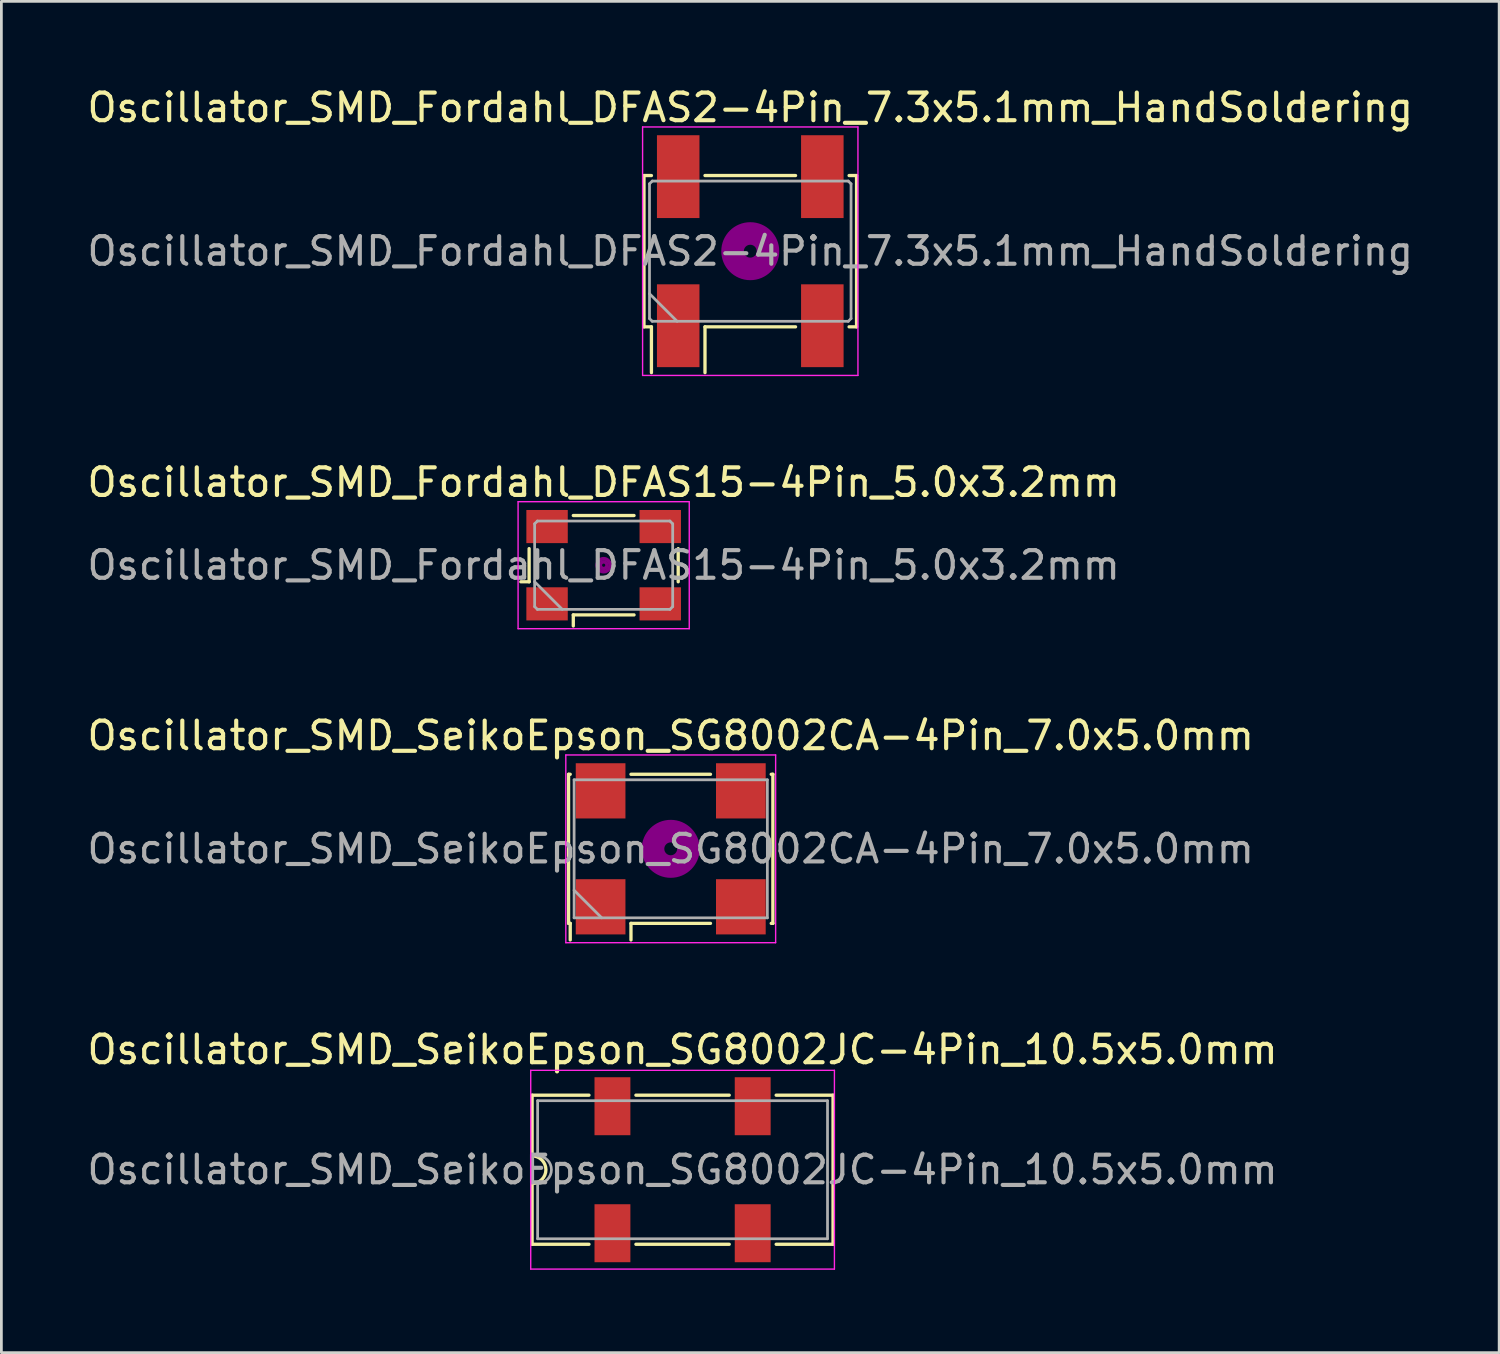
<source format=kicad_pcb>
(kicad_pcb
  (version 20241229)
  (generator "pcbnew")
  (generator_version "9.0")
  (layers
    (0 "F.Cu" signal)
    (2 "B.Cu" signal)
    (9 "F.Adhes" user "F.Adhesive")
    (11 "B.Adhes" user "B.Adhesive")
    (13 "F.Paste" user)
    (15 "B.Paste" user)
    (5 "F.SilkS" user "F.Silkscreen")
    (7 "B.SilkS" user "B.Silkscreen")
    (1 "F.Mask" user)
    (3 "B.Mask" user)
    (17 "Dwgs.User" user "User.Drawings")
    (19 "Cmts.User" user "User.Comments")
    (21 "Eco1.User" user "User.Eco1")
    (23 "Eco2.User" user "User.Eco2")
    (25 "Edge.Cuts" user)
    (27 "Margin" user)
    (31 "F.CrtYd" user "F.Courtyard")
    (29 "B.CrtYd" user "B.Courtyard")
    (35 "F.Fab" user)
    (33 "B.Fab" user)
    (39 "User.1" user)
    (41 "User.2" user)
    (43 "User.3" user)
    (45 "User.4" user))
  (footprint "Oscillator_SMD_Fordahl_DFAS2-4Pin_7.3x5.1mm_HandSoldering"
    (layer "F.Cu")
    (at 24.125 6.048)
    (property "Reference" "Oscillator_SMD_Fordahl_DFAS2-4Pin_7.3x5.1mm_HandSoldering" (at 0 -5.2 0) (layer "F.SilkS") (effects (font (size 1 1) (thickness 0.15))))
    (attr smd)
    (fp_line (start -3.85 -2.74) (end -3.58 -2.74) (stroke (width 0.12) (type solid)) (layer "F.SilkS"))
    (fp_line (start -3.85 2.74) (end -3.85 -2.74) (stroke (width 0.12) (type solid)) (layer "F.SilkS"))
    (fp_line (start -3.58 2.74) (end -3.85 2.74) (stroke (width 0.12) (type solid)) (layer "F.SilkS"))
    (fp_line (start -3.58 4.4) (end -3.58 2.74) (stroke (width 0.12) (type solid)) (layer "F.SilkS"))
    (fp_line (start -1.64 -2.74) (end 1.64 -2.74) (stroke (width 0.12) (type solid)) (layer "F.SilkS"))
    (fp_line (start -1.64 2.74) (end -1.64 4.4) (stroke (width 0.12) (type solid)) (layer "F.SilkS"))
    (fp_line (start 1.64 2.74) (end -1.64 2.74) (stroke (width 0.12) (type solid)) (layer "F.SilkS"))
    (fp_line (start 3.58 -2.74) (end 3.85 -2.74) (stroke (width 0.12) (type solid)) (layer "F.SilkS"))
    (fp_line (start 3.85 -2.74) (end 3.85 2.74) (stroke (width 0.12) (type solid)) (layer "F.SilkS"))
    (fp_line (start 3.85 2.74) (end 3.58 2.74) (stroke (width 0.12) (type solid)) (layer "F.SilkS"))
    (fp_circle (center 0 0) (end 0.233 0) (stroke (width 0.467) (type solid)) (fill no) (layer "F.Adhes"))
    (fp_circle (center 0 0) (end 0.533 0) (stroke (width 0.333) (type solid)) (fill no) (layer "F.Adhes"))
    (fp_circle (center 0 0) (end 0.833 0) (stroke (width 0.333) (type solid)) (fill no) (layer "F.Adhes"))
    (fp_circle (center 0 0) (end 1 0) (stroke (width 0.1) (type solid)) (fill no) (layer "F.Adhes"))
    (fp_line (start -3.9 -4.5) (end -3.9 4.5) (stroke (width 0.05) (type solid)) (layer "F.CrtYd"))
    (fp_line (start -3.9 4.5) (end 3.9 4.5) (stroke (width 0.05) (type solid)) (layer "F.CrtYd"))
    (fp_line (start 3.9 -4.5) (end -3.9 -4.5) (stroke (width 0.05) (type solid)) (layer "F.CrtYd"))
    (fp_line (start 3.9 4.5) (end 3.9 -4.5) (stroke (width 0.05) (type solid)) (layer "F.CrtYd"))
    (fp_line (start -3.65 -2.44) (end -3.55 -2.54) (stroke (width 0.1) (type solid)) (layer "F.Fab"))
    (fp_line (start -3.65 1.54) (end -2.65 2.54) (stroke (width 0.1) (type solid)) (layer "F.Fab"))
    (fp_line (start -3.65 2.44) (end -3.65 -2.44) (stroke (width 0.1) (type solid)) (layer "F.Fab"))
    (fp_line (start -3.55 -2.54) (end 3.55 -2.54) (stroke (width 0.1) (type solid)) (layer "F.Fab"))
    (fp_line (start -3.55 2.54) (end -3.65 2.44) (stroke (width 0.1) (type solid)) (layer "F.Fab"))
    (fp_line (start 3.55 -2.54) (end 3.65 -2.44) (stroke (width 0.1) (type solid)) (layer "F.Fab"))
    (fp_line (start 3.55 2.54) (end -3.55 2.54) (stroke (width 0.1) (type solid)) (layer "F.Fab"))
    (fp_line (start 3.65 -2.44) (end 3.65 2.44) (stroke (width 0.1) (type solid)) (layer "F.Fab"))
    (fp_line (start 3.65 2.44) (end 3.55 2.54) (stroke (width 0.1) (type solid)) (layer "F.Fab"))
    (fp_text user "${REFERENCE}" (at 0 0 0) (layer "F.Fab") (effects (font (size 1 1) (thickness 0.15))))
    (pad "1" smd rect (at -2.61 2.7) (size 1.54 3) (layers "F.Cu" "F.Mask" "F.Paste"))
    (pad "2" smd rect (at 2.61 2.7) (size 1.54 3) (layers "F.Cu" "F.Mask" "F.Paste"))
    (pad "3" smd rect (at 2.61 -2.7) (size 1.54 3) (layers "F.Cu" "F.Mask" "F.Paste"))
    (pad "4" smd rect (at -2.61 -2.7) (size 1.54 3) (layers "F.Cu" "F.Mask" "F.Paste")))
  (footprint "Oscillator_SMD_SeikoEpson_SG8002CA-4Pin_7.0x5.0mm"
    (layer "F.Cu")
    (at 21.244 27.695)
    (property "Reference" "Oscillator_SMD_SeikoEpson_SG8002CA-4Pin_7.0x5.0mm" (at 0 -4.1 0) (layer "F.SilkS") (effects (font (size 1 1) (thickness 0.15))))
    (attr smd)
    (fp_line (start -3.7 -2.7) (end -3.64 -2.7) (stroke (width 0.12) (type solid)) (layer "F.SilkS"))
    (fp_line (start -3.7 2.7) (end -3.7 -2.7) (stroke (width 0.12) (type solid)) (layer "F.SilkS"))
    (fp_line (start -3.64 2.7) (end -3.7 2.7) (stroke (width 0.12) (type solid)) (layer "F.SilkS"))
    (fp_line (start -3.64 3.3) (end -3.64 2.7) (stroke (width 0.12) (type solid)) (layer "F.SilkS"))
    (fp_line (start -1.44 -2.7) (end 1.44 -2.7) (stroke (width 0.12) (type solid)) (layer "F.SilkS"))
    (fp_line (start -1.44 2.7) (end -1.44 3.3) (stroke (width 0.12) (type solid)) (layer "F.SilkS"))
    (fp_line (start 1.44 2.7) (end -1.44 2.7) (stroke (width 0.12) (type solid)) (layer "F.SilkS"))
    (fp_line (start 3.64 -2.7) (end 3.7 -2.7) (stroke (width 0.12) (type solid)) (layer "F.SilkS"))
    (fp_line (start 3.7 -2.7) (end 3.7 2.7) (stroke (width 0.12) (type solid)) (layer "F.SilkS"))
    (fp_line (start 3.7 2.7) (end 3.64 2.7) (stroke (width 0.12) (type solid)) (layer "F.SilkS"))
    (fp_circle (center 0 0) (end 0.233 0) (stroke (width 0.467) (type solid)) (fill no) (layer "F.Adhes"))
    (fp_circle (center 0 0) (end 0.533 0) (stroke (width 0.333) (type solid)) (fill no) (layer "F.Adhes"))
    (fp_circle (center 0 0) (end 0.833 0) (stroke (width 0.333) (type solid)) (fill no) (layer "F.Adhes"))
    (fp_circle (center 0 0) (end 1 0) (stroke (width 0.1) (type solid)) (fill no) (layer "F.Adhes"))
    (fp_line (start -3.8 -3.4) (end -3.8 3.4) (stroke (width 0.05) (type solid)) (layer "F.CrtYd"))
    (fp_line (start -3.8 3.4) (end 3.8 3.4) (stroke (width 0.05) (type solid)) (layer "F.CrtYd"))
    (fp_line (start 3.8 -3.4) (end -3.8 -3.4) (stroke (width 0.05) (type solid)) (layer "F.CrtYd"))
    (fp_line (start 3.8 3.4) (end 3.8 -3.4) (stroke (width 0.05) (type solid)) (layer "F.CrtYd"))
    (fp_line (start -3.5 -2.5) (end -3.5 2.5) (stroke (width 0.1) (type solid)) (layer "F.Fab"))
    (fp_line (start -3.5 1.5) (end -2.5 2.5) (stroke (width 0.1) (type solid)) (layer "F.Fab"))
    (fp_line (start -3.5 2.5) (end 3.5 2.5) (stroke (width 0.1) (type solid)) (layer "F.Fab"))
    (fp_line (start 3.5 -2.5) (end -3.5 -2.5) (stroke (width 0.1) (type solid)) (layer "F.Fab"))
    (fp_line (start 3.5 2.5) (end 3.5 -2.5) (stroke (width 0.1) (type solid)) (layer "F.Fab"))
    (fp_text user "${REFERENCE}" (at 0 0 0) (layer "F.Fab") (effects (font (size 1 1) (thickness 0.15))))
    (pad "1" smd rect (at -2.54 2.1) (size 1.8 2) (layers "F.Cu" "F.Mask" "F.Paste"))
    (pad "2" smd rect (at 2.54 2.1) (size 1.8 2) (layers "F.Cu" "F.Mask" "F.Paste"))
    (pad "3" smd rect (at 2.54 -2.1) (size 1.8 2) (layers "F.Cu" "F.Mask" "F.Paste"))
    (pad "4" smd rect (at -2.54 -2.1) (size 1.8 2) (layers "F.Cu" "F.Mask" "F.Paste")))
  (footprint "Oscillator_SMD_Fordahl_DFAS15-4Pin_5.0x3.2mm"
    (layer "F.Cu")
    (at 18.815 17.422)
    (property "Reference" "Oscillator_SMD_Fordahl_DFAS15-4Pin_5.0x3.2mm" (at 0 -3 0) (layer "F.SilkS") (effects (font (size 1 1) (thickness 0.15))))
    (attr smd)
    (fp_line (start -3 0.6) (end -2.7 0.6) (stroke (width 0.12) (type solid)) (layer "F.SilkS"))
    (fp_line (start -2.7 0.6) (end -2.7 -0.6) (stroke (width 0.12) (type solid)) (layer "F.SilkS"))
    (fp_line (start -1.1 -1.8) (end 1.1 -1.8) (stroke (width 0.12) (type solid)) (layer "F.SilkS"))
    (fp_line (start -1.1 1.8) (end -1.1 2.2) (stroke (width 0.12) (type solid)) (layer "F.SilkS"))
    (fp_line (start 1.1 1.8) (end -1.1 1.8) (stroke (width 0.12) (type solid)) (layer "F.SilkS"))
    (fp_line (start 2.7 -0.6) (end 2.7 0.6) (stroke (width 0.12) (type solid)) (layer "F.SilkS"))
    (fp_circle (center 0 0) (end 0.058 0) (stroke (width 0.117) (type solid)) (fill no) (layer "F.Adhes"))
    (fp_circle (center 0 0) (end 0.133 0) (stroke (width 0.083) (type solid)) (fill no) (layer "F.Adhes"))
    (fp_circle (center 0 0) (end 0.208 0) (stroke (width 0.083) (type solid)) (fill no) (layer "F.Adhes"))
    (fp_circle (center 0 0) (end 0.25 0) (stroke (width 0.1) (type solid)) (fill no) (layer "F.Adhes"))
    (fp_line (start -3.1 -2.3) (end -3.1 2.3) (stroke (width 0.05) (type solid)) (layer "F.CrtYd"))
    (fp_line (start -3.1 2.3) (end 3.1 2.3) (stroke (width 0.05) (type solid)) (layer "F.CrtYd"))
    (fp_line (start 3.1 -2.3) (end -3.1 -2.3) (stroke (width 0.05) (type solid)) (layer "F.CrtYd"))
    (fp_line (start 3.1 2.3) (end 3.1 -2.3) (stroke (width 0.05) (type solid)) (layer "F.CrtYd"))
    (fp_line (start -2.5 -1.5) (end -2.4 -1.6) (stroke (width 0.1) (type solid)) (layer "F.Fab"))
    (fp_line (start -2.5 0.6) (end -1.5 1.6) (stroke (width 0.1) (type solid)) (layer "F.Fab"))
    (fp_line (start -2.5 1.5) (end -2.5 -1.5) (stroke (width 0.1) (type solid)) (layer "F.Fab"))
    (fp_line (start -2.4 -1.6) (end 2.4 -1.6) (stroke (width 0.1) (type solid)) (layer "F.Fab"))
    (fp_line (start -2.4 1.6) (end -2.5 1.5) (stroke (width 0.1) (type solid)) (layer "F.Fab"))
    (fp_line (start 2.4 -1.6) (end 2.5 -1.5) (stroke (width 0.1) (type solid)) (layer "F.Fab"))
    (fp_line (start 2.4 1.6) (end -2.4 1.6) (stroke (width 0.1) (type solid)) (layer "F.Fab"))
    (fp_line (start 2.5 -1.5) (end 2.5 1.5) (stroke (width 0.1) (type solid)) (layer "F.Fab"))
    (fp_line (start 2.5 1.5) (end 2.4 1.6) (stroke (width 0.1) (type solid)) (layer "F.Fab"))
    (fp_text user "${REFERENCE}" (at 0 0 0) (layer "F.Fab") (effects (font (size 1 1) (thickness 0.15))))
    (pad "1" smd rect (at -2.05 1.4) (size 1.5 1.2) (layers "F.Cu" "F.Mask" "F.Paste"))
    (pad "2" smd rect (at 2.05 1.4) (size 1.5 1.2) (layers "F.Cu" "F.Mask" "F.Paste"))
    (pad "3" smd rect (at 2.05 -1.4) (size 1.5 1.2) (layers "F.Cu" "F.Mask" "F.Paste"))
    (pad "4" smd rect (at -2.05 -1.4) (size 1.5 1.2) (layers "F.Cu" "F.Mask" "F.Paste")))
  (footprint "Oscillator_SMD_SeikoEpson_SG8002JC-4Pin_10.5x5.0mm"
    (layer "F.Cu")
    (at 21.673 39.318)
    (property "Reference" "Oscillator_SMD_SeikoEpson_SG8002JC-4Pin_10.5x5.0mm" (at 0 -4.35 0) (layer "F.SilkS") (effects (font (size 1 1) (thickness 0.15))))
    (attr smd)
    (fp_line (start -5.45 -2.7) (end -3.39 -2.7) (stroke (width 0.12) (type solid)) (layer "F.SilkS"))
    (fp_line (start -5.45 -0.5) (end -5.45 -2.7) (stroke (width 0.12) (type solid)) (layer "F.SilkS"))
    (fp_line (start -5.45 2.7) (end -5.45 0.5) (stroke (width 0.12) (type solid)) (layer "F.SilkS"))
    (fp_line (start -5.45 2.7) (end -3.39 2.7) (stroke (width 0.12) (type solid)) (layer "F.SilkS"))
    (fp_line (start -1.69 -2.7) (end 1.69 -2.7) (stroke (width 0.12) (type solid)) (layer "F.SilkS"))
    (fp_line (start 1.69 2.7) (end -1.69 2.7) (stroke (width 0.12) (type solid)) (layer "F.SilkS"))
    (fp_line (start 3.39 -2.7) (end 5.45 -2.7) (stroke (width 0.12) (type solid)) (layer "F.SilkS"))
    (fp_line (start 5.45 -2.7) (end 5.45 2.7) (stroke (width 0.12) (type solid)) (layer "F.SilkS"))
    (fp_line (start 5.45 2.7) (end 3.39 2.7) (stroke (width 0.12) (type solid)) (layer "F.SilkS"))
    (fp_arc (start -5.45 -0.5) (mid -4.95 0) (end -5.45 0.5) (stroke (width 0.12) (type solid)) (layer "F.SilkS"))
    (fp_line (start -5.5 -3.6) (end -5.5 3.6) (stroke (width 0.05) (type solid)) (layer "F.CrtYd"))
    (fp_line (start -5.5 3.6) (end 5.5 3.6) (stroke (width 0.05) (type solid)) (layer "F.CrtYd"))
    (fp_line (start 5.5 -3.6) (end -5.5 -3.6) (stroke (width 0.05) (type solid)) (layer "F.CrtYd"))
    (fp_line (start 5.5 3.6) (end 5.5 -3.6) (stroke (width 0.05) (type solid)) (layer "F.CrtYd"))
    (fp_line (start -5.25 -2.5) (end 5.25 -2.5) (stroke (width 0.1) (type solid)) (layer "F.Fab"))
    (fp_line (start -5.25 -0.5) (end -5.25 -2.5) (stroke (width 0.1) (type solid)) (layer "F.Fab"))
    (fp_line (start -5.25 2.5) (end -5.25 0.5) (stroke (width 0.1) (type solid)) (layer "F.Fab"))
    (fp_line (start 5.25 -2.5) (end 5.25 2.5) (stroke (width 0.1) (type solid)) (layer "F.Fab"))
    (fp_line (start 5.25 2.5) (end -5.25 2.5) (stroke (width 0.1) (type solid)) (layer "F.Fab"))
    (fp_arc (start -5.25 -0.5) (mid -4.75 0) (end -5.25 0.5) (stroke (width 0.1) (type solid)) (layer "F.Fab"))
    (fp_text user "${REFERENCE}" (at 0 0 0) (layer "F.Fab") (effects (font (size 1 1) (thickness 0.15))))
    (pad "1" smd rect (at -2.54 2.3) (size 1.3 2.1) (layers "F.Cu" "F.Mask" "F.Paste"))
    (pad "2" smd rect (at 2.54 2.3) (size 1.3 2.1) (layers "F.Cu" "F.Mask" "F.Paste"))
    (pad "3" smd rect (at 2.54 -2.3) (size 1.3 2.1) (layers "F.Cu" "F.Mask" "F.Paste"))
    (pad "4" smd rect (at -2.54 -2.3) (size 1.3 2.1) (layers "F.Cu" "F.Mask" "F.Paste")))
  (gr_rect
    (start -3 -3)
    (end 51.25 45.943)
    (stroke (width 0.1) (type default))
    (fill no)
    (layer "Edge.Cuts")))
</source>
